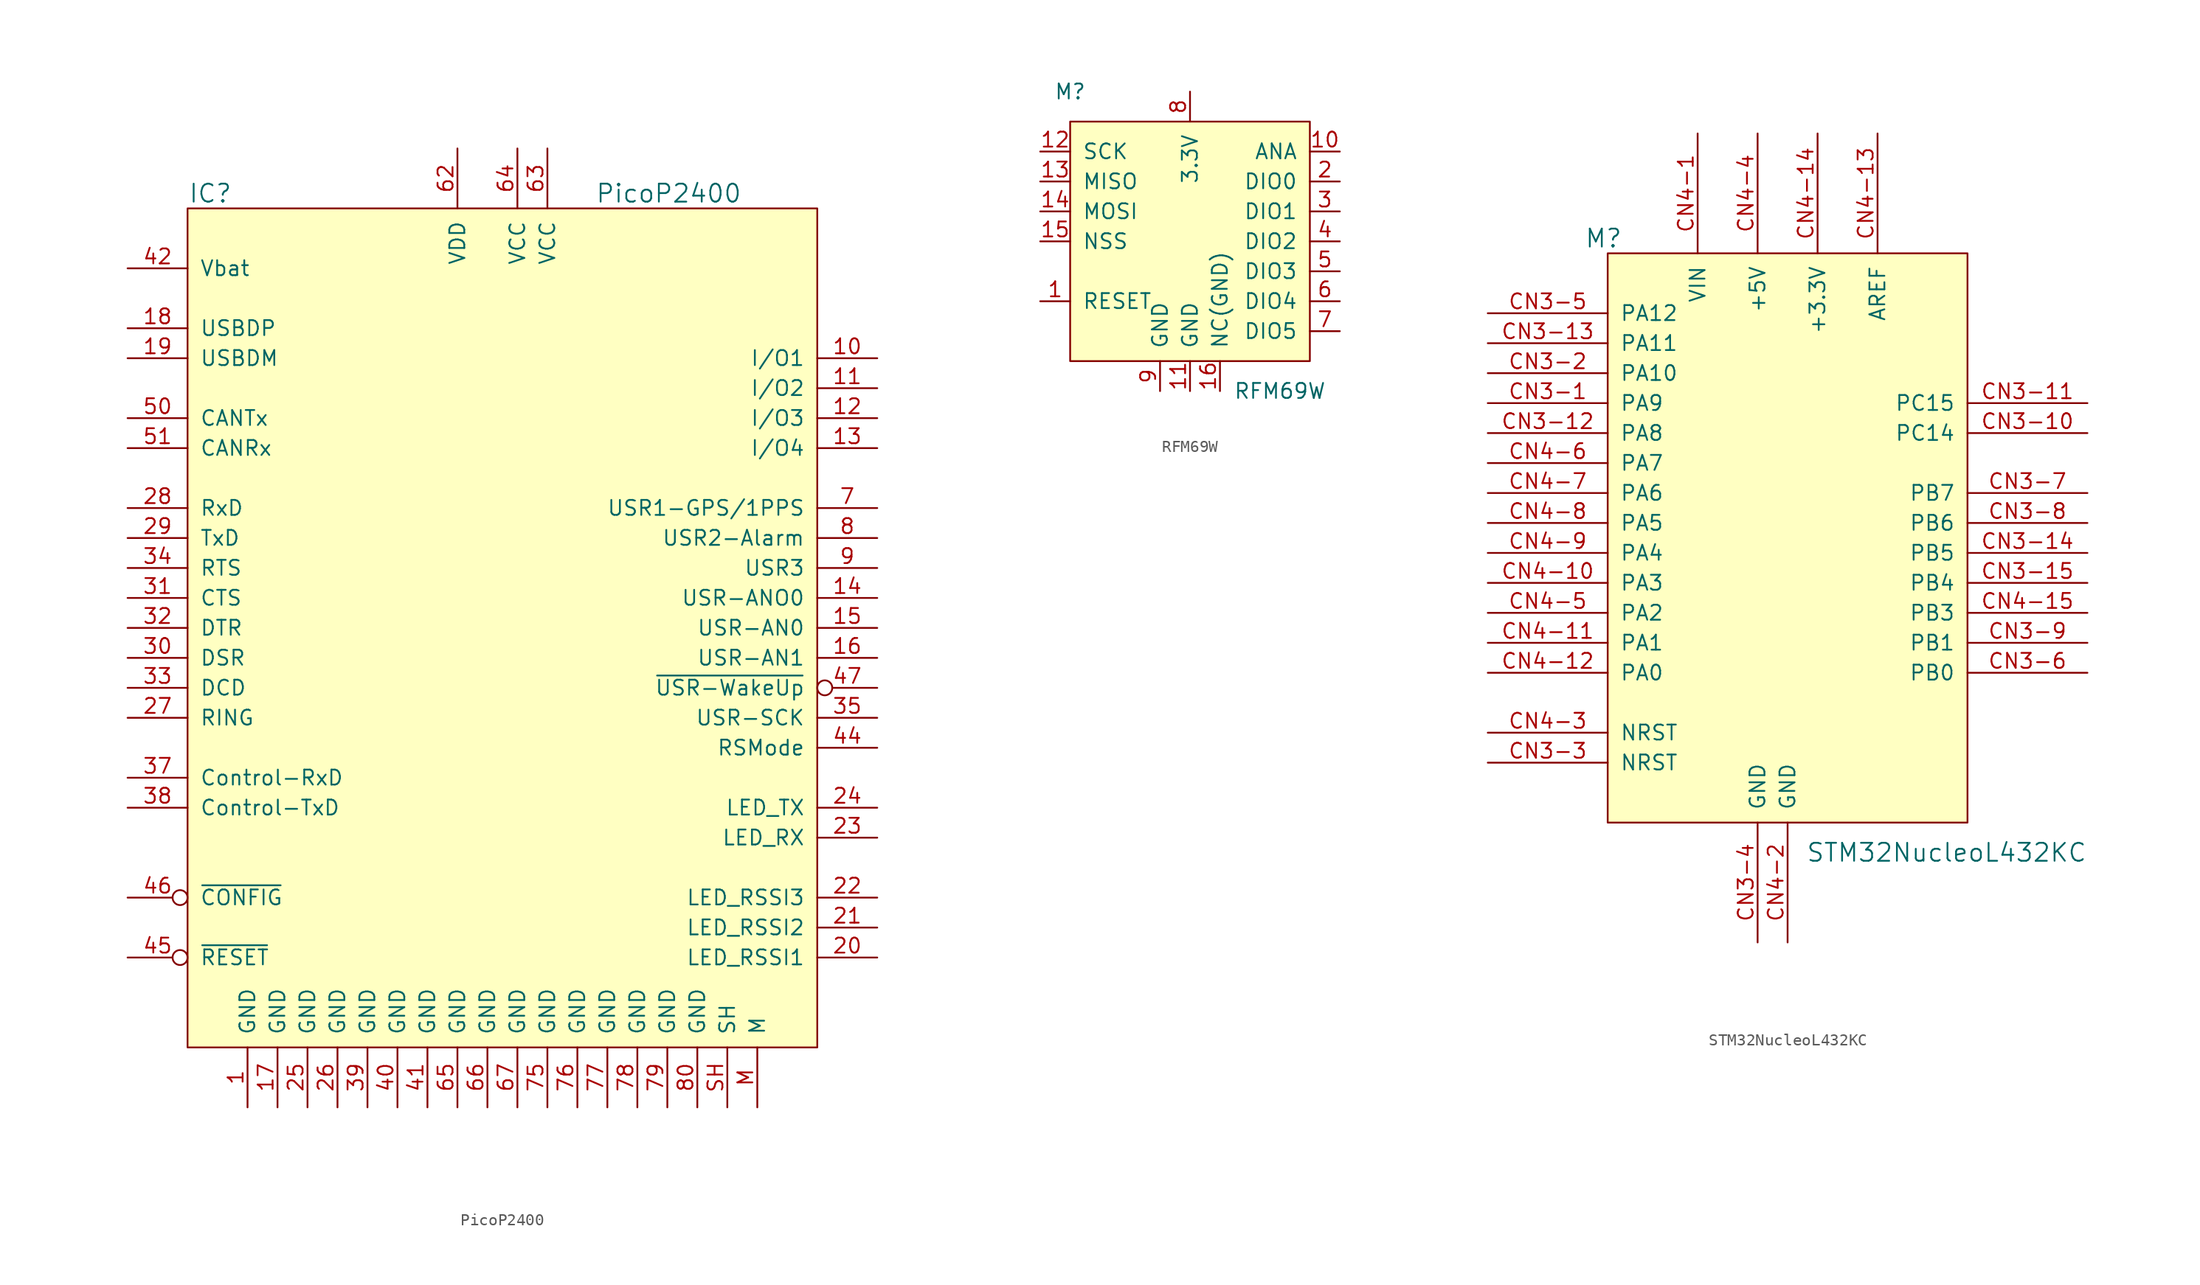
<source format=kicad_sym>
(kicad_symbol_lib
  (version 20211014)
  (generator kicad_symbol_editor)
  (symbol "PicoP2400"
    (pin_names
      (offset 1.016))
    (property "Reference" "IC"
      (at -21.59 36.83 0)
      (effects (font (size 1.524 1.524)) (justify right)))
    (property "Value" "PicoP2400"
      (at 21.59 36.83 0)
      (effects (font (size 1.524 1.524)) (justify right)))
    (symbol "PicoP2400_1_1"
      (rectangle (start -25.4 35.56) (end 27.94 -35.56) (stroke (width 0.152) (type default) (color 0 0 0 0)) (fill (type background)))
      (pin power_in line (at -20.32 -40.64 90) (length 5.08) (name "GND" (effects (font (size 1.27 1.27)))) (number "1" (effects (font (size 1.27 1.27)))))
      (pin bidirectional line (at 33.02 22.86 180) (length 5.08) (name "I/O1" (effects (font (size 1.27 1.27)))) (number "10" (effects (font (size 1.27 1.27)))))
      (pin bidirectional line (at 33.02 20.32 180) (length 5.08) (name "I/O2" (effects (font (size 1.27 1.27)))) (number "11" (effects (font (size 1.27 1.27)))))
      (pin bidirectional line (at 33.02 17.78 180) (length 5.08) (name "I/O3" (effects (font (size 1.27 1.27)))) (number "12" (effects (font (size 1.27 1.27)))))
      (pin bidirectional line (at 33.02 15.24 180) (length 5.08) (name "I/O4" (effects (font (size 1.27 1.27)))) (number "13" (effects (font (size 1.27 1.27)))))
      (pin output line (at 33.02 2.54 180) (length 5.08) (name "USR-ANO0" (effects (font (size 1.27 1.27)))) (number "14" (effects (font (size 1.27 1.27)))))
      (pin input line (at 33.02 0 180) (length 5.08) (name "USR-AN0" (effects (font (size 1.27 1.27)))) (number "15" (effects (font (size 1.27 1.27)))))
      (pin input line (at 33.02 -2.54 180) (length 5.08) (name "USR-AN1" (effects (font (size 1.27 1.27)))) (number "16" (effects (font (size 1.27 1.27)))))
      (pin power_in line (at -17.78 -40.64 90) (length 5.08) (name "GND" (effects (font (size 1.27 1.27)))) (number "17" (effects (font (size 1.27 1.27)))))
      (pin bidirectional line (at -30.48 25.4 0) (length 5.08) (name "USBDP" (effects (font (size 1.27 1.27)))) (number "18" (effects (font (size 1.27 1.27)))))
      (pin bidirectional line (at -30.48 22.86 0) (length 5.08) (name "USBDM" (effects (font (size 1.27 1.27)))) (number "19" (effects (font (size 1.27 1.27)))))
      (pin output line (at 33.02 -27.94 180) (length 5.08) (name "LED_RSSI1" (effects (font (size 1.27 1.27)))) (number "20" (effects (font (size 1.27 1.27)))))
      (pin output line (at 33.02 -25.4 180) (length 5.08) (name "LED_RSSI2" (effects (font (size 1.27 1.27)))) (number "21" (effects (font (size 1.27 1.27)))))
      (pin output line (at 33.02 -22.86 180) (length 5.08) (name "LED_RSSI3" (effects (font (size 1.27 1.27)))) (number "22" (effects (font (size 1.27 1.27)))))
      (pin output line (at 33.02 -17.78 180) (length 5.08) (name "LED_RX" (effects (font (size 1.27 1.27)))) (number "23" (effects (font (size 1.27 1.27)))))
      (pin output line (at 33.02 -15.24 180) (length 5.08) (name "LED_TX" (effects (font (size 1.27 1.27)))) (number "24" (effects (font (size 1.27 1.27)))))
      (pin power_in line (at -15.24 -40.64 90) (length 5.08) (name "GND" (effects (font (size 1.27 1.27)))) (number "25" (effects (font (size 1.27 1.27)))))
      (pin power_in line (at -12.7 -40.64 90) (length 5.08) (name "GND" (effects (font (size 1.27 1.27)))) (number "26" (effects (font (size 1.27 1.27)))))
      (pin output line (at -30.48 -7.62 0) (length 5.08) (name "RING" (effects (font (size 1.27 1.27)))) (number "27" (effects (font (size 1.27 1.27)))))
      (pin input line (at -30.48 10.16 0) (length 5.08) (name "RxD" (effects (font (size 1.27 1.27)))) (number "28" (effects (font (size 1.27 1.27)))))
      (pin output line (at -30.48 7.62 0) (length 5.08) (name "TxD" (effects (font (size 1.27 1.27)))) (number "29" (effects (font (size 1.27 1.27)))))
      (pin output line (at -30.48 -2.54 0) (length 5.08) (name "DSR" (effects (font (size 1.27 1.27)))) (number "30" (effects (font (size 1.27 1.27)))))
      (pin output line (at -30.48 2.54 0) (length 5.08) (name "CTS" (effects (font (size 1.27 1.27)))) (number "31" (effects (font (size 1.27 1.27)))))
      (pin input line (at -30.48 0 0) (length 5.08) (name "DTR" (effects (font (size 1.27 1.27)))) (number "32" (effects (font (size 1.27 1.27)))))
      (pin output line (at -30.48 -5.08 0) (length 5.08) (name "DCD" (effects (font (size 1.27 1.27)))) (number "33" (effects (font (size 1.27 1.27)))))
      (pin input line (at -30.48 5.08 0) (length 5.08) (name "RTS" (effects (font (size 1.27 1.27)))) (number "34" (effects (font (size 1.27 1.27)))))
      (pin input line (at 33.02 -7.62 180) (length 5.08) (name "USR-SCK" (effects (font (size 1.27 1.27)))) (number "35" (effects (font (size 1.27 1.27)))))
      (pin input line (at -30.48 -12.7 0) (length 5.08) (name "Control-RxD" (effects (font (size 1.27 1.27)))) (number "37" (effects (font (size 1.27 1.27)))))
      (pin output line (at -30.48 -15.24 0) (length 5.08) (name "Control-TxD" (effects (font (size 1.27 1.27)))) (number "38" (effects (font (size 1.27 1.27)))))
      (pin power_in line (at -10.16 -40.64 90) (length 5.08) (name "GND" (effects (font (size 1.27 1.27)))) (number "39" (effects (font (size 1.27 1.27)))))
      (pin power_in line (at -7.62 -40.64 90) (length 5.08) (name "GND" (effects (font (size 1.27 1.27)))) (number "40" (effects (font (size 1.27 1.27)))))
      (pin power_in line (at -5.08 -40.64 90) (length 5.08) (name "GND" (effects (font (size 1.27 1.27)))) (number "41" (effects (font (size 1.27 1.27)))))
      (pin input line (at -30.48 30.48 0) (length 5.08) (name "Vbat" (effects (font (size 1.27 1.27)))) (number "42" (effects (font (size 1.27 1.27)))))
      (pin output line (at 33.02 -10.16 180) (length 5.08) (name "RSMode" (effects (font (size 1.27 1.27)))) (number "44" (effects (font (size 1.27 1.27)))))
      (pin input inverted (at -30.48 -27.94 0) (length 5.08) (name "~{RESET}" (effects (font (size 1.27 1.27)))) (number "45" (effects (font (size 1.27 1.27)))))
      (pin input inverted (at -30.48 -22.86 0) (length 5.08) (name "~{CONFIG}" (effects (font (size 1.27 1.27)))) (number "46" (effects (font (size 1.27 1.27)))))
      (pin input inverted (at 33.02 -5.08 180) (length 5.08) (name "~{USR-WakeUp}" (effects (font (size 1.27 1.27)))) (number "47" (effects (font (size 1.27 1.27)))))
      (pin output line (at -30.48 17.78 0) (length 5.08) (name "CANTx" (effects (font (size 1.27 1.27)))) (number "50" (effects (font (size 1.27 1.27)))))
      (pin input line (at -30.48 15.24 0) (length 5.08) (name "CANRx" (effects (font (size 1.27 1.27)))) (number "51" (effects (font (size 1.27 1.27)))))
      (pin power_in line (at -2.54 40.64 270) (length 5.08) (name "VDD" (effects (font (size 1.27 1.27)))) (number "62" (effects (font (size 1.27 1.27)))))
      (pin power_in line (at 5.08 40.64 270) (length 5.08) (name "VCC" (effects (font (size 1.27 1.27)))) (number "63" (effects (font (size 1.27 1.27)))))
      (pin power_in line (at 2.54 40.64 270) (length 5.08) (name "VCC" (effects (font (size 1.27 1.27)))) (number "64" (effects (font (size 1.27 1.27)))))
      (pin power_in line (at -2.54 -40.64 90) (length 5.08) (name "GND" (effects (font (size 1.27 1.27)))) (number "65" (effects (font (size 1.27 1.27)))))
      (pin power_in line (at 0 -40.64 90) (length 5.08) (name "GND" (effects (font (size 1.27 1.27)))) (number "66" (effects (font (size 1.27 1.27)))))
      (pin power_in line (at 2.54 -40.64 90) (length 5.08) (name "GND" (effects (font (size 1.27 1.27)))) (number "67" (effects (font (size 1.27 1.27)))))
      (pin input line (at 33.02 10.16 180) (length 5.08) (name "USR1-GPS/1PPS" (effects (font (size 1.27 1.27)))) (number "7" (effects (font (size 1.27 1.27)))))
      (pin power_in line (at 5.08 -40.64 90) (length 5.08) (name "GND" (effects (font (size 1.27 1.27)))) (number "75" (effects (font (size 1.27 1.27)))))
      (pin power_in line (at 7.62 -40.64 90) (length 5.08) (name "GND" (effects (font (size 1.27 1.27)))) (number "76" (effects (font (size 1.27 1.27)))))
      (pin power_in line (at 10.16 -40.64 90) (length 5.08) (name "GND" (effects (font (size 1.27 1.27)))) (number "77" (effects (font (size 1.27 1.27)))))
      (pin power_in line (at 12.7 -40.64 90) (length 5.08) (name "GND" (effects (font (size 1.27 1.27)))) (number "78" (effects (font (size 1.27 1.27)))))
      (pin power_in line (at 15.24 -40.64 90) (length 5.08) (name "GND" (effects (font (size 1.27 1.27)))) (number "79" (effects (font (size 1.27 1.27)))))
      (pin output line (at 33.02 7.62 180) (length 5.08) (name "USR2-Alarm" (effects (font (size 1.27 1.27)))) (number "8" (effects (font (size 1.27 1.27)))))
      (pin power_in line (at 17.78 -40.64 90) (length 5.08) (name "GND" (effects (font (size 1.27 1.27)))) (number "80" (effects (font (size 1.27 1.27)))))
      (pin output line (at 33.02 5.08 180) (length 5.08) (name "USR3" (effects (font (size 1.27 1.27)))) (number "9" (effects (font (size 1.27 1.27)))))
      (pin passive line (at 22.86 -40.64 90) (length 5.08) (name "M" (effects (font (size 1.27 1.27)))) (number "M" (effects (font (size 1.27 1.27)))))
      (pin passive line (at 20.32 -40.64 90) (length 5.08) (name "SH" (effects (font (size 1.27 1.27)))) (number "SH" (effects (font (size 1.27 1.27)))))))
  (symbol "RFM69W"
    (pin_names
      (offset 1.016))
    (property "Reference" "M"
      (at -10.16 12.7 0)
      (effects (font (size 1.27 1.27))))
    (property "Value" "RFM69W"
      (at 7.62 -12.7 0)
      (effects (font (size 1.27 1.27))))
    (symbol "RFM69W_0_1"
      (rectangle (start -10.16 10.16) (end 10.16 -10.16) (stroke (width 0.152) (type default) (color 0 0 0 0)) (fill (type background))))
    (symbol "RFM69W_1_1"
      (pin bidirectional line (at -12.7 -5.08 0) (length 2.54) (name "RESET" (effects (font (size 1.27 1.27)))) (number "1" (effects (font (size 1.27 1.27)))))
      (pin output line (at 12.7 7.62 180) (length 2.54) (name "ANA" (effects (font (size 1.27 1.27)))) (number "10" (effects (font (size 1.27 1.27)))))
      (pin power_in line (at 0 -12.7 90) (length 2.54) (name "GND" (effects (font (size 1.27 1.27)))) (number "11" (effects (font (size 1.27 1.27)))))
      (pin input line (at -12.7 7.62 0) (length 2.54) (name "SCK" (effects (font (size 1.27 1.27)))) (number "12" (effects (font (size 1.27 1.27)))))
      (pin output line (at -12.7 5.08 0) (length 2.54) (name "MISO" (effects (font (size 1.27 1.27)))) (number "13" (effects (font (size 1.27 1.27)))))
      (pin input line (at -12.7 2.54 0) (length 2.54) (name "MOSI" (effects (font (size 1.27 1.27)))) (number "14" (effects (font (size 1.27 1.27)))))
      (pin input line (at -12.7 0 0) (length 2.54) (name "NSS" (effects (font (size 1.27 1.27)))) (number "15" (effects (font (size 1.27 1.27)))))
      (pin power_in line (at 2.54 -12.7 90) (length 2.54) (name "NC(GND)" (effects (font (size 1.27 1.27)))) (number "16" (effects (font (size 1.27 1.27)))))
      (pin bidirectional line (at 12.7 5.08 180) (length 2.54) (name "DIO0" (effects (font (size 1.27 1.27)))) (number "2" (effects (font (size 1.27 1.27)))))
      (pin bidirectional line (at 12.7 2.54 180) (length 2.54) (name "DIO1" (effects (font (size 1.27 1.27)))) (number "3" (effects (font (size 1.27 1.27)))))
      (pin bidirectional line (at 12.7 0 180) (length 2.54) (name "DIO2" (effects (font (size 1.27 1.27)))) (number "4" (effects (font (size 1.27 1.27)))))
      (pin bidirectional line (at 12.7 -2.54 180) (length 2.54) (name "DIO3" (effects (font (size 1.27 1.27)))) (number "5" (effects (font (size 1.27 1.27)))))
      (pin bidirectional line (at 12.7 -5.08 180) (length 2.54) (name "DIO4" (effects (font (size 1.27 1.27)))) (number "6" (effects (font (size 1.27 1.27)))))
      (pin bidirectional line (at 12.7 -7.62 180) (length 2.54) (name "DIO5" (effects (font (size 1.27 1.27)))) (number "7" (effects (font (size 1.27 1.27)))))
      (pin power_in line (at 0 12.7 270) (length 2.54) (name "3.3V" (effects (font (size 1.27 1.27)))) (number "8" (effects (font (size 1.27 1.27)))))
      (pin power_in line (at -2.54 -12.7 90) (length 2.54) (name "GND" (effects (font (size 1.27 1.27)))) (number "9" (effects (font (size 1.27 1.27)))))))
  (symbol "STM32NucleoL432KC"
    (pin_names
      (offset 1.016))
    (property "Reference" "M"
      (at -13.97 1.27 0)
      (effects (font (size 1.524 1.524)) (justify right)))
    (property "Value" "STM32NucleoL432KC"
      (at 25.4 -50.8 0)
      (effects (font (size 1.524 1.524)) (justify right)))
    (symbol "STM32NucleoL432KC_1_1"
      (rectangle (start -15.24 0) (end 15.24 -48.26) (stroke (width 0.152) (type default) (color 0 0 0 0)) (fill (type background)))
      (pin bidirectional line (at -25.4 -12.7 0) (length 10.16) (name "PA9" (effects (font (size 1.27 1.27)))) (number "CN3-1" (effects (font (size 1.27 1.27)))))
      (pin bidirectional line (at 25.4 -15.24 180) (length 10.16) (name "PC14" (effects (font (size 1.27 1.27)))) (number "CN3-10" (effects (font (size 1.27 1.27)))))
      (pin bidirectional line (at 25.4 -12.7 180) (length 10.16) (name "PC15" (effects (font (size 1.27 1.27)))) (number "CN3-11" (effects (font (size 1.27 1.27)))))
      (pin bidirectional line (at -25.4 -15.24 0) (length 10.16) (name "PA8" (effects (font (size 1.27 1.27)))) (number "CN3-12" (effects (font (size 1.27 1.27)))))
      (pin bidirectional line (at -25.4 -7.62 0) (length 10.16) (name "PA11" (effects (font (size 1.27 1.27)))) (number "CN3-13" (effects (font (size 1.27 1.27)))))
      (pin bidirectional line (at 25.4 -25.4 180) (length 10.16) (name "PB5" (effects (font (size 1.27 1.27)))) (number "CN3-14" (effects (font (size 1.27 1.27)))))
      (pin bidirectional line (at 25.4 -27.94 180) (length 10.16) (name "PB4" (effects (font (size 1.27 1.27)))) (number "CN3-15" (effects (font (size 1.27 1.27)))))
      (pin bidirectional line (at -25.4 -10.16 0) (length 10.16) (name "PA10" (effects (font (size 1.27 1.27)))) (number "CN3-2" (effects (font (size 1.27 1.27)))))
      (pin bidirectional line (at -25.4 -43.18 0) (length 10.16) (name "NRST" (effects (font (size 1.27 1.27)))) (number "CN3-3" (effects (font (size 1.27 1.27)))))
      (pin power_in line (at -2.54 -58.42 90) (length 10.16) (name "GND" (effects (font (size 1.27 1.27)))) (number "CN3-4" (effects (font (size 1.27 1.27)))))
      (pin bidirectional line (at -25.4 -5.08 0) (length 10.16) (name "PA12" (effects (font (size 1.27 1.27)))) (number "CN3-5" (effects (font (size 1.27 1.27)))))
      (pin bidirectional line (at 25.4 -35.56 180) (length 10.16) (name "PB0" (effects (font (size 1.27 1.27)))) (number "CN3-6" (effects (font (size 1.27 1.27)))))
      (pin bidirectional line (at 25.4 -20.32 180) (length 10.16) (name "PB7" (effects (font (size 1.27 1.27)))) (number "CN3-7" (effects (font (size 1.27 1.27)))))
      (pin bidirectional line (at 25.4 -22.86 180) (length 10.16) (name "PB6" (effects (font (size 1.27 1.27)))) (number "CN3-8" (effects (font (size 1.27 1.27)))))
      (pin bidirectional line (at 25.4 -33.02 180) (length 10.16) (name "PB1" (effects (font (size 1.27 1.27)))) (number "CN3-9" (effects (font (size 1.27 1.27)))))
      (pin power_in line (at -7.62 10.16 270) (length 10.16) (name "VIN" (effects (font (size 1.27 1.27)))) (number "CN4-1" (effects (font (size 1.27 1.27)))))
      (pin bidirectional line (at -25.4 -27.94 0) (length 10.16) (name "PA3" (effects (font (size 1.27 1.27)))) (number "CN4-10" (effects (font (size 1.27 1.27)))))
      (pin bidirectional line (at -25.4 -33.02 0) (length 10.16) (name "PA1" (effects (font (size 1.27 1.27)))) (number "CN4-11" (effects (font (size 1.27 1.27)))))
      (pin bidirectional line (at -25.4 -35.56 0) (length 10.16) (name "PA0" (effects (font (size 1.27 1.27)))) (number "CN4-12" (effects (font (size 1.27 1.27)))))
      (pin power_in line (at 7.62 10.16 270) (length 10.16) (name "AREF" (effects (font (size 1.27 1.27)))) (number "CN4-13" (effects (font (size 1.27 1.27)))))
      (pin power_in line (at 2.54 10.16 270) (length 10.16) (name "+3.3V" (effects (font (size 1.27 1.27)))) (number "CN4-14" (effects (font (size 1.27 1.27)))))
      (pin bidirectional line (at 25.4 -30.48 180) (length 10.16) (name "PB3" (effects (font (size 1.27 1.27)))) (number "CN4-15" (effects (font (size 1.27 1.27)))))
      (pin power_in line (at 0 -58.42 90) (length 10.16) (name "GND" (effects (font (size 1.27 1.27)))) (number "CN4-2" (effects (font (size 1.27 1.27)))))
      (pin bidirectional line (at -25.4 -40.64 0) (length 10.16) (name "NRST" (effects (font (size 1.27 1.27)))) (number "CN4-3" (effects (font (size 1.27 1.27)))))
      (pin power_in line (at -2.54 10.16 270) (length 10.16) (name "+5V" (effects (font (size 1.27 1.27)))) (number "CN4-4" (effects (font (size 1.27 1.27)))))
      (pin bidirectional line (at -25.4 -30.48 0) (length 10.16) (name "PA2" (effects (font (size 1.27 1.27)))) (number "CN4-5" (effects (font (size 1.27 1.27)))))
      (pin bidirectional line (at -25.4 -17.78 0) (length 10.16) (name "PA7" (effects (font (size 1.27 1.27)))) (number "CN4-6" (effects (font (size 1.27 1.27)))))
      (pin bidirectional line (at -25.4 -20.32 0) (length 10.16) (name "PA6" (effects (font (size 1.27 1.27)))) (number "CN4-7" (effects (font (size 1.27 1.27)))))
      (pin bidirectional line (at -25.4 -22.86 0) (length 10.16) (name "PA5" (effects (font (size 1.27 1.27)))) (number "CN4-8" (effects (font (size 1.27 1.27)))))
      (pin bidirectional line (at -25.4 -25.4 0) (length 10.16) (name "PA4" (effects (font (size 1.27 1.27)))) (number "CN4-9" (effects (font (size 1.27 1.27))))))))
</source>
